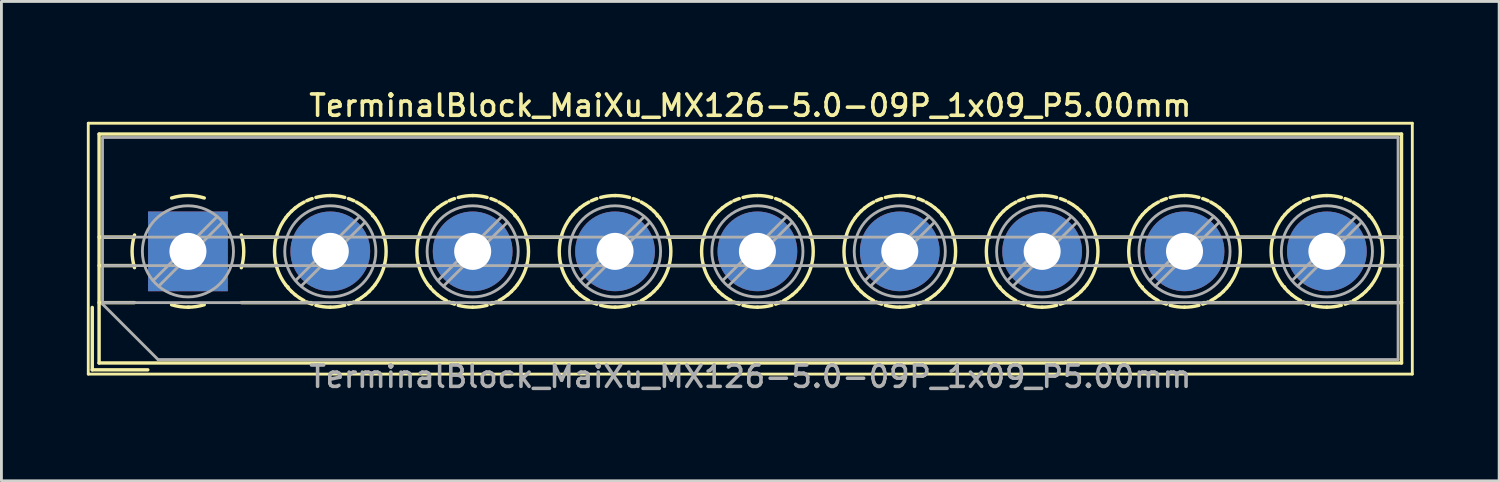
<source format=kicad_pcb>
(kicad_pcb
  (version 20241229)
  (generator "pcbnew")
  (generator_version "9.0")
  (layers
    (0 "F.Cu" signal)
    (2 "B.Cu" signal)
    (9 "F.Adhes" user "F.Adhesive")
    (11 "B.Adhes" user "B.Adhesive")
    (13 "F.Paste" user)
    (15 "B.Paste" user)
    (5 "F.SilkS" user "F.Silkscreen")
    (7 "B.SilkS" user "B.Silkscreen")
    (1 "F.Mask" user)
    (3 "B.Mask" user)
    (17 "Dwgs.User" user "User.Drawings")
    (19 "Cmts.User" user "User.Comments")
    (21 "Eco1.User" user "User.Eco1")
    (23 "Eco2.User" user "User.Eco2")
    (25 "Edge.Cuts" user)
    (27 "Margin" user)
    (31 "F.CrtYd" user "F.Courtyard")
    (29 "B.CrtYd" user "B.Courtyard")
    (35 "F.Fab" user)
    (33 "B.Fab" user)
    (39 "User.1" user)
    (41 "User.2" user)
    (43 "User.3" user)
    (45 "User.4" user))
  (footprint "TerminalBlock_MaiXu_MX126-5.0-09P_1x09_P5.00mm"
    (layer "F.Cu")
    (at 3.55 5.778)
    (property "Reference" "TerminalBlock_MaiXu_MX126-5.0-09P_1x09_P5.00mm" (at 19.75 -5.12 0) (layer "F.SilkS") (effects (font (size 0.75 0.75) (thickness 0.125))))
    (attr through_hole)
    (fp_line (start -3.5 -4.5) (end -3.5 4.31) (stroke (width 0.1) (type solid)) (layer "F.SilkS"))
    (fp_line (start -3.5 4.31) (end 43 4.31) (stroke (width 0.1) (type solid)) (layer "F.SilkS"))
    (fp_line (start -3.36 1.97) (end -3.36 4.16) (stroke (width 0.12) (type solid)) (layer "F.SilkS"))
    (fp_line (start -3.36 4.16) (end -1.41 4.16) (stroke (width 0.12) (type solid)) (layer "F.SilkS"))
    (fp_line (start -3.12 -4.12) (end -3.12 3.92) (stroke (width 0.12) (type solid)) (layer "F.SilkS"))
    (fp_line (start -3.12 -4.12) (end 42.621 -4.12) (stroke (width 0.12) (type solid)) (layer "F.SilkS"))
    (fp_line (start -3.12 -0.5) (end -1.88 -0.5) (stroke (width 0.12) (type solid)) (layer "F.SilkS"))
    (fp_line (start -3.12 0.5) (end -1.88 0.5) (stroke (width 0.12) (type solid)) (layer "F.SilkS"))
    (fp_line (start -3.12 1.8) (end -1.88 1.8) (stroke (width 0.12) (type solid)) (layer "F.SilkS"))
    (fp_line (start -3.12 3.92) (end 42.621 3.92) (stroke (width 0.12) (type solid)) (layer "F.SilkS"))
    (fp_line (start 1.88 -0.5) (end 3.165 -0.5) (stroke (width 0.12) (type solid)) (layer "F.SilkS"))
    (fp_line (start 1.88 0.5) (end 3.165 0.5) (stroke (width 0.12) (type solid)) (layer "F.SilkS"))
    (fp_line (start 1.88 1.8) (end 4.331 1.8) (stroke (width 0.12) (type solid)) (layer "F.SilkS"))
    (fp_line (start 3.514 1.248) (end 3.514 1.248) (stroke (width 0.12) (type solid)) (layer "F.SilkS"))
    (fp_line (start 5.67 1.8) (end 9.331 1.8) (stroke (width 0.12) (type solid)) (layer "F.SilkS"))
    (fp_line (start 6.487 -1.248) (end 6.487 -1.248) (stroke (width 0.12) (type solid)) (layer "F.SilkS"))
    (fp_line (start 6.836 -0.5) (end 8.165 -0.5) (stroke (width 0.12) (type solid)) (layer "F.SilkS"))
    (fp_line (start 6.836 0.5) (end 8.165 0.5) (stroke (width 0.12) (type solid)) (layer "F.SilkS"))
    (fp_line (start 8.514 1.248) (end 8.514 1.248) (stroke (width 0.12) (type solid)) (layer "F.SilkS"))
    (fp_line (start 10.67 1.8) (end 14.331 1.8) (stroke (width 0.12) (type solid)) (layer "F.SilkS"))
    (fp_line (start 11.487 -1.248) (end 11.487 -1.248) (stroke (width 0.12) (type solid)) (layer "F.SilkS"))
    (fp_line (start 11.836 -0.5) (end 13.165 -0.5) (stroke (width 0.12) (type solid)) (layer "F.SilkS"))
    (fp_line (start 11.836 0.5) (end 13.165 0.5) (stroke (width 0.12) (type solid)) (layer "F.SilkS"))
    (fp_line (start 13.514 1.248) (end 13.514 1.248) (stroke (width 0.12) (type solid)) (layer "F.SilkS"))
    (fp_line (start 15.67 1.8) (end 19.331 1.8) (stroke (width 0.12) (type solid)) (layer "F.SilkS"))
    (fp_line (start 16.487 -1.248) (end 16.487 -1.248) (stroke (width 0.12) (type solid)) (layer "F.SilkS"))
    (fp_line (start 16.836 -0.5) (end 18.165 -0.5) (stroke (width 0.12) (type solid)) (layer "F.SilkS"))
    (fp_line (start 16.836 0.5) (end 18.165 0.5) (stroke (width 0.12) (type solid)) (layer "F.SilkS"))
    (fp_line (start 18.514 1.248) (end 18.514 1.248) (stroke (width 0.12) (type solid)) (layer "F.SilkS"))
    (fp_line (start 20.67 1.8) (end 24.331 1.8) (stroke (width 0.12) (type solid)) (layer "F.SilkS"))
    (fp_line (start 21.487 -1.248) (end 21.487 -1.248) (stroke (width 0.12) (type solid)) (layer "F.SilkS"))
    (fp_line (start 21.836 -0.5) (end 23.165 -0.5) (stroke (width 0.12) (type solid)) (layer "F.SilkS"))
    (fp_line (start 21.836 0.5) (end 23.165 0.5) (stroke (width 0.12) (type solid)) (layer "F.SilkS"))
    (fp_line (start 23.514 1.248) (end 23.514 1.248) (stroke (width 0.12) (type solid)) (layer "F.SilkS"))
    (fp_line (start 25.67 1.8) (end 29.331 1.8) (stroke (width 0.12) (type solid)) (layer "F.SilkS"))
    (fp_line (start 26.487 -1.248) (end 26.487 -1.248) (stroke (width 0.12) (type solid)) (layer "F.SilkS"))
    (fp_line (start 26.836 -0.5) (end 28.165 -0.5) (stroke (width 0.12) (type solid)) (layer "F.SilkS"))
    (fp_line (start 26.836 0.5) (end 28.165 0.5) (stroke (width 0.12) (type solid)) (layer "F.SilkS"))
    (fp_line (start 28.514 1.248) (end 28.514 1.248) (stroke (width 0.12) (type solid)) (layer "F.SilkS"))
    (fp_line (start 30.67 1.8) (end 34.331 1.8) (stroke (width 0.12) (type solid)) (layer "F.SilkS"))
    (fp_line (start 31.487 -1.248) (end 31.487 -1.248) (stroke (width 0.12) (type solid)) (layer "F.SilkS"))
    (fp_line (start 31.836 -0.5) (end 33.165 -0.5) (stroke (width 0.12) (type solid)) (layer "F.SilkS"))
    (fp_line (start 31.836 0.5) (end 33.165 0.5) (stroke (width 0.12) (type solid)) (layer "F.SilkS"))
    (fp_line (start 33.514 1.248) (end 33.514 1.248) (stroke (width 0.12) (type solid)) (layer "F.SilkS"))
    (fp_line (start 35.67 1.8) (end 39.331 1.8) (stroke (width 0.12) (type solid)) (layer "F.SilkS"))
    (fp_line (start 36.487 -1.248) (end 36.487 -1.248) (stroke (width 0.12) (type solid)) (layer "F.SilkS"))
    (fp_line (start 36.836 -0.5) (end 38.165 -0.5) (stroke (width 0.12) (type solid)) (layer "F.SilkS"))
    (fp_line (start 36.836 0.5) (end 38.165 0.5) (stroke (width 0.12) (type solid)) (layer "F.SilkS"))
    (fp_line (start 38.514 1.248) (end 38.514 1.248) (stroke (width 0.12) (type solid)) (layer "F.SilkS"))
    (fp_line (start 40.67 1.8) (end 42.621 1.8) (stroke (width 0.12) (type solid)) (layer "F.SilkS"))
    (fp_line (start 41.487 -1.248) (end 41.487 -1.248) (stroke (width 0.12) (type solid)) (layer "F.SilkS"))
    (fp_line (start 41.836 -0.5) (end 42.621 -0.5) (stroke (width 0.12) (type solid)) (layer "F.SilkS"))
    (fp_line (start 41.836 0.5) (end 42.621 0.5) (stroke (width 0.12) (type solid)) (layer "F.SilkS"))
    (fp_line (start 42.621 -4.12) (end 42.621 3.92) (stroke (width 0.12) (type solid)) (layer "F.SilkS"))
    (fp_line (start 43 -4.5) (end -3.5 -4.5) (stroke (width 0.1) (type solid)) (layer "F.SilkS"))
    (fp_line (start 43 4.31) (end 43 -4.5) (stroke (width 0.1) (type solid)) (layer "F.SilkS"))
    (fp_arc (start -1.875422 0.572619) (mid -1.960893 -0.000722) (end -1.875 -0.574) (stroke (width 0.12) (type solid)) (layer "F.SilkS"))
    (fp_arc (start -0.572619 -1.875422) (mid 0.000722 -1.960893) (end 0.574 -1.875) (stroke (width 0.12) (type solid)) (layer "F.SilkS"))
    (fp_arc (start 0.0335 1.960607) (mid -0.273618 1.941709) (end -0.574 1.875) (stroke (width 0.12) (type solid)) (layer "F.SilkS"))
    (fp_arc (start 0.573049 1.874357) (mid 0.289706 1.938471) (end 0 1.96) (stroke (width 0.12) (type solid)) (layer "F.SilkS"))
    (fp_arc (start 1.875422 -0.572619) (mid 1.960893 0.000722) (end 1.875 0.574) (stroke (width 0.12) (type solid)) (layer "F.SilkS"))
    (fp_arc (start 3.434339 1.179122) (mid 3.039994 -0.000549) (end 3.435 -1.18) (stroke (width 0.12) (type solid)) (layer "F.SilkS"))
    (fp_arc (start 3.434826 -1.180695) (mid 3.476985 -1.2346) (end 3.521 -1.287) (stroke (width 0.12) (type solid)) (layer "F.SilkS"))
    (fp_arc (start 3.521125 1.286294) (mid 3.477135 1.233899) (end 3.435 1.18) (stroke (width 0.12) (type solid)) (layer "F.SilkS"))
    (fp_arc (start 3.521202 -1.287012) (mid 3.578748 -1.350291) (end 3.639 -1.411) (stroke (width 0.12) (type solid)) (layer "F.SilkS"))
    (fp_arc (start 3.63871 1.41001) (mid 3.578502 1.349289) (end 3.521 1.286) (stroke (width 0.12) (type solid)) (layer "F.SilkS"))
    (fp_arc (start 3.638867 -1.410738) (mid 3.701698 -1.468767) (end 3.767 -1.524) (stroke (width 0.12) (type solid)) (layer "F.SilkS"))
    (fp_arc (start 3.767069 1.523253) (mid 3.701799 1.468024) (end 3.639 1.41) (stroke (width 0.12) (type solid)) (layer "F.SilkS"))
    (fp_arc (start 3.767452 -1.524377) (mid 3.835117 -1.576689) (end 3.905 -1.626) (stroke (width 0.12) (type solid)) (layer "F.SilkS"))
    (fp_arc (start 3.904517 1.625664) (mid 3.834649 1.576332) (end 3.767 1.524) (stroke (width 0.12) (type solid)) (layer "F.SilkS"))
    (fp_arc (start 3.93363 -1.644317) (mid 4.00637 -1.689266) (end 4.081 -1.731) (stroke (width 0.12) (type solid)) (layer "F.SilkS"))
    (fp_arc (start 4.080344 1.730739) (mid 4.005726 1.688977) (end 3.933 1.644) (stroke (width 0.12) (type solid)) (layer "F.SilkS"))
    (fp_arc (start 4.172694 -1.777259) (mid 4.266842 -1.818121) (end 4.363 -1.854) (stroke (width 0.12) (type solid)) (layer "F.SilkS"))
    (fp_arc (start 4.362283 1.853815) (mid 4.266136 1.817899) (end 4.172 1.777) (stroke (width 0.12) (type solid)) (layer "F.SilkS"))
    (fp_arc (start 4.493681 -1.893473) (mid 4.74516 -1.943362) (end 5.001 -1.96) (stroke (width 0.12) (type solid)) (layer "F.SilkS"))
    (fp_arc (start 5.000479 1.960685) (mid 4.744554 1.943973) (end 4.493 1.894) (stroke (width 0.12) (type solid)) (layer "F.SilkS"))
    (fp_arc (start 5.000487 -1.960944) (mid 5.256437 -1.944104) (end 5.508 -1.894) (stroke (width 0.12) (type solid)) (layer "F.SilkS"))
    (fp_arc (start 5.507285 1.893215) (mid 5.255831 1.943232) (end 5 1.96) (stroke (width 0.12) (type solid)) (layer "F.SilkS"))
    (fp_arc (start 5.638712 -1.85392) (mid 5.734863 -1.817951) (end 5.829 -1.777) (stroke (width 0.12) (type solid)) (layer "F.SilkS"))
    (fp_arc (start 5.829295 1.77705) (mid 5.735155 1.818016) (end 5.639 1.854) (stroke (width 0.12) (type solid)) (layer "F.SilkS"))
    (fp_arc (start 5.920652 -1.730826) (mid 5.995273 -1.689021) (end 6.068 -1.644) (stroke (width 0.12) (type solid)) (layer "F.SilkS"))
    (fp_arc (start 6.068362 1.644143) (mid 5.995629 1.689179) (end 5.921 1.731) (stroke (width 0.12) (type solid)) (layer "F.SilkS"))
    (fp_arc (start 6.096479 -1.625751) (mid 6.16635 -1.576376) (end 6.234 -1.524) (stroke (width 0.12) (type solid)) (layer "F.SilkS"))
    (fp_arc (start 6.233457 1.523294) (mid 6.165838 1.575647) (end 6.096 1.625) (stroke (width 0.12) (type solid)) (layer "F.SilkS"))
    (fp_arc (start 6.233928 -1.523341) (mid 6.2992 -1.468068) (end 6.362 -1.41) (stroke (width 0.12) (type solid)) (layer "F.SilkS"))
    (fp_arc (start 6.36213 1.410651) (mid 6.299301 1.468723) (end 6.234 1.524) (stroke (width 0.12) (type solid)) (layer "F.SilkS"))
    (fp_arc (start 6.362286 -1.410097) (mid 6.422497 -1.349333) (end 6.48 -1.286) (stroke (width 0.12) (type solid)) (layer "F.SilkS"))
    (fp_arc (start 6.479707 1.285928) (mid 6.422207 1.349248) (end 6.362 1.41) (stroke (width 0.12) (type solid)) (layer "F.SilkS"))
    (fp_arc (start 6.479873 -1.286364) (mid 6.523865 -1.233934) (end 6.566 -1.18) (stroke (width 0.12) (type solid)) (layer "F.SilkS"))
    (fp_arc (start 6.565937 -1.180084) (mid 6.960805 -0.000052) (end 6.566 1.18) (stroke (width 0.12) (type solid)) (layer "F.SilkS"))
    (fp_arc (start 6.566102 1.179628) (mid 6.523979 1.233565) (end 6.48 1.286) (stroke (width 0.12) (type solid)) (layer "F.SilkS"))
    (fp_arc (start 8.434339 1.179122) (mid 8.039994 -0.000549) (end 8.435 -1.18) (stroke (width 0.12) (type solid)) (layer "F.SilkS"))
    (fp_arc (start 8.434826 -1.180695) (mid 8.476985 -1.2346) (end 8.521 -1.287) (stroke (width 0.12) (type solid)) (layer "F.SilkS"))
    (fp_arc (start 8.521125 1.286294) (mid 8.477135 1.233899) (end 8.435 1.18) (stroke (width 0.12) (type solid)) (layer "F.SilkS"))
    (fp_arc (start 8.521202 -1.287012) (mid 8.578748 -1.350291) (end 8.639 -1.411) (stroke (width 0.12) (type solid)) (layer "F.SilkS"))
    (fp_arc (start 8.63871 1.41001) (mid 8.578502 1.349289) (end 8.521 1.286) (stroke (width 0.12) (type solid)) (layer "F.SilkS"))
    (fp_arc (start 8.638867 -1.410738) (mid 8.701698 -1.468767) (end 8.767 -1.524) (stroke (width 0.12) (type solid)) (layer "F.SilkS"))
    (fp_arc (start 8.767069 1.523253) (mid 8.701799 1.468024) (end 8.639 1.41) (stroke (width 0.12) (type solid)) (layer "F.SilkS"))
    (fp_arc (start 8.767452 -1.524377) (mid 8.835117 -1.576689) (end 8.905 -1.626) (stroke (width 0.12) (type solid)) (layer "F.SilkS"))
    (fp_arc (start 8.904517 1.625664) (mid 8.834649 1.576332) (end 8.767 1.524) (stroke (width 0.12) (type solid)) (layer "F.SilkS"))
    (fp_arc (start 8.93363 -1.644317) (mid 9.00637 -1.689266) (end 9.081 -1.731) (stroke (width 0.12) (type solid)) (layer "F.SilkS"))
    (fp_arc (start 9.080344 1.730739) (mid 9.005726 1.688977) (end 8.933 1.644) (stroke (width 0.12) (type solid)) (layer "F.SilkS"))
    (fp_arc (start 9.172694 -1.777259) (mid 9.266842 -1.818121) (end 9.363 -1.854) (stroke (width 0.12) (type solid)) (layer "F.SilkS"))
    (fp_arc (start 9.362283 1.853815) (mid 9.266136 1.817899) (end 9.172 1.777) (stroke (width 0.12) (type solid)) (layer "F.SilkS"))
    (fp_arc (start 9.493681 -1.893473) (mid 9.74516 -1.943362) (end 10.001 -1.96) (stroke (width 0.12) (type solid)) (layer "F.SilkS"))
    (fp_arc (start 10.000479 1.960685) (mid 9.744554 1.943973) (end 9.493 1.894) (stroke (width 0.12) (type solid)) (layer "F.SilkS"))
    (fp_arc (start 10.000487 -1.960944) (mid 10.256437 -1.944104) (end 10.508 -1.894) (stroke (width 0.12) (type solid)) (layer "F.SilkS"))
    (fp_arc (start 10.507285 1.893215) (mid 10.255831 1.943232) (end 10 1.96) (stroke (width 0.12) (type solid)) (layer "F.SilkS"))
    (fp_arc (start 10.638712 -1.85392) (mid 10.734863 -1.817951) (end 10.829 -1.777) (stroke (width 0.12) (type solid)) (layer "F.SilkS"))
    (fp_arc (start 10.829295 1.77705) (mid 10.735155 1.818016) (end 10.639 1.854) (stroke (width 0.12) (type solid)) (layer "F.SilkS"))
    (fp_arc (start 10.920652 -1.730826) (mid 10.995273 -1.689021) (end 11.068 -1.644) (stroke (width 0.12) (type solid)) (layer "F.SilkS"))
    (fp_arc (start 11.068362 1.644143) (mid 10.995629 1.689179) (end 10.921 1.731) (stroke (width 0.12) (type solid)) (layer "F.SilkS"))
    (fp_arc (start 11.096479 -1.625751) (mid 11.16635 -1.576376) (end 11.234 -1.524) (stroke (width 0.12) (type solid)) (layer "F.SilkS"))
    (fp_arc (start 11.233457 1.523294) (mid 11.165838 1.575647) (end 11.096 1.625) (stroke (width 0.12) (type solid)) (layer "F.SilkS"))
    (fp_arc (start 11.233928 -1.523341) (mid 11.2992 -1.468068) (end 11.362 -1.41) (stroke (width 0.12) (type solid)) (layer "F.SilkS"))
    (fp_arc (start 11.36213 1.410651) (mid 11.299301 1.468723) (end 11.234 1.524) (stroke (width 0.12) (type solid)) (layer "F.SilkS"))
    (fp_arc (start 11.362286 -1.410097) (mid 11.422497 -1.349333) (end 11.48 -1.286) (stroke (width 0.12) (type solid)) (layer "F.SilkS"))
    (fp_arc (start 11.479707 1.285928) (mid 11.422207 1.349248) (end 11.362 1.41) (stroke (width 0.12) (type solid)) (layer "F.SilkS"))
    (fp_arc (start 11.479873 -1.286364) (mid 11.523865 -1.233934) (end 11.566 -1.18) (stroke (width 0.12) (type solid)) (layer "F.SilkS"))
    (fp_arc (start 11.565937 -1.180084) (mid 11.960805 -0.000052) (end 11.566 1.18) (stroke (width 0.12) (type solid)) (layer "F.SilkS"))
    (fp_arc (start 11.566102 1.179628) (mid 11.523979 1.233565) (end 11.48 1.286) (stroke (width 0.12) (type solid)) (layer "F.SilkS"))
    (fp_arc (start 13.434339 1.179122) (mid 13.039994 -0.000549) (end 13.435 -1.18) (stroke (width 0.12) (type solid)) (layer "F.SilkS"))
    (fp_arc (start 13.434826 -1.180695) (mid 13.476985 -1.2346) (end 13.521 -1.287) (stroke (width 0.12) (type solid)) (layer "F.SilkS"))
    (fp_arc (start 13.521125 1.286294) (mid 13.477135 1.233899) (end 13.435 1.18) (stroke (width 0.12) (type solid)) (layer "F.SilkS"))
    (fp_arc (start 13.521202 -1.287012) (mid 13.578748 -1.350291) (end 13.639 -1.411) (stroke (width 0.12) (type solid)) (layer "F.SilkS"))
    (fp_arc (start 13.63871 1.41001) (mid 13.578502 1.349289) (end 13.521 1.286) (stroke (width 0.12) (type solid)) (layer "F.SilkS"))
    (fp_arc (start 13.638867 -1.410738) (mid 13.701698 -1.468767) (end 13.767 -1.524) (stroke (width 0.12) (type solid)) (layer "F.SilkS"))
    (fp_arc (start 13.767069 1.523253) (mid 13.701799 1.468024) (end 13.639 1.41) (stroke (width 0.12) (type solid)) (layer "F.SilkS"))
    (fp_arc (start 13.767452 -1.524377) (mid 13.835117 -1.576689) (end 13.905 -1.626) (stroke (width 0.12) (type solid)) (layer "F.SilkS"))
    (fp_arc (start 13.904517 1.625664) (mid 13.834649 1.576332) (end 13.767 1.524) (stroke (width 0.12) (type solid)) (layer "F.SilkS"))
    (fp_arc (start 13.93363 -1.644317) (mid 14.00637 -1.689266) (end 14.081 -1.731) (stroke (width 0.12) (type solid)) (layer "F.SilkS"))
    (fp_arc (start 14.080344 1.730739) (mid 14.005726 1.688977) (end 13.933 1.644) (stroke (width 0.12) (type solid)) (layer "F.SilkS"))
    (fp_arc (start 14.172694 -1.777259) (mid 14.266842 -1.818121) (end 14.363 -1.854) (stroke (width 0.12) (type solid)) (layer "F.SilkS"))
    (fp_arc (start 14.362283 1.853815) (mid 14.266136 1.817899) (end 14.172 1.777) (stroke (width 0.12) (type solid)) (layer "F.SilkS"))
    (fp_arc (start 14.493681 -1.893473) (mid 14.74516 -1.943362) (end 15.001 -1.96) (stroke (width 0.12) (type solid)) (layer "F.SilkS"))
    (fp_arc (start 15.000479 1.960685) (mid 14.744554 1.943973) (end 14.493 1.894) (stroke (width 0.12) (type solid)) (layer "F.SilkS"))
    (fp_arc (start 15.000487 -1.960944) (mid 15.256437 -1.944104) (end 15.508 -1.894) (stroke (width 0.12) (type solid)) (layer "F.SilkS"))
    (fp_arc (start 15.507285 1.893215) (mid 15.255831 1.943232) (end 15 1.96) (stroke (width 0.12) (type solid)) (layer "F.SilkS"))
    (fp_arc (start 15.638712 -1.85392) (mid 15.734863 -1.817951) (end 15.829 -1.777) (stroke (width 0.12) (type solid)) (layer "F.SilkS"))
    (fp_arc (start 15.829295 1.77705) (mid 15.735155 1.818016) (end 15.639 1.854) (stroke (width 0.12) (type solid)) (layer "F.SilkS"))
    (fp_arc (start 15.920652 -1.730826) (mid 15.995273 -1.689021) (end 16.068 -1.644) (stroke (width 0.12) (type solid)) (layer "F.SilkS"))
    (fp_arc (start 16.068362 1.644143) (mid 15.995629 1.689179) (end 15.921 1.731) (stroke (width 0.12) (type solid)) (layer "F.SilkS"))
    (fp_arc (start 16.096479 -1.625751) (mid 16.16635 -1.576376) (end 16.234 -1.524) (stroke (width 0.12) (type solid)) (layer "F.SilkS"))
    (fp_arc (start 16.233457 1.523294) (mid 16.165838 1.575647) (end 16.096 1.625) (stroke (width 0.12) (type solid)) (layer "F.SilkS"))
    (fp_arc (start 16.233928 -1.523341) (mid 16.2992 -1.468068) (end 16.362 -1.41) (stroke (width 0.12) (type solid)) (layer "F.SilkS"))
    (fp_arc (start 16.36213 1.410651) (mid 16.299301 1.468723) (end 16.234 1.524) (stroke (width 0.12) (type solid)) (layer "F.SilkS"))
    (fp_arc (start 16.362286 -1.410097) (mid 16.422497 -1.349333) (end 16.48 -1.286) (stroke (width 0.12) (type solid)) (layer "F.SilkS"))
    (fp_arc (start 16.479707 1.285928) (mid 16.422207 1.349248) (end 16.362 1.41) (stroke (width 0.12) (type solid)) (layer "F.SilkS"))
    (fp_arc (start 16.479873 -1.286364) (mid 16.523865 -1.233934) (end 16.566 -1.18) (stroke (width 0.12) (type solid)) (layer "F.SilkS"))
    (fp_arc (start 16.565937 -1.180084) (mid 16.960805 -0.000052) (end 16.566 1.18) (stroke (width 0.12) (type solid)) (layer "F.SilkS"))
    (fp_arc (start 16.566102 1.179628) (mid 16.523979 1.233565) (end 16.48 1.286) (stroke (width 0.12) (type solid)) (layer "F.SilkS"))
    (fp_arc (start 18.434339 1.179122) (mid 18.039994 -0.000549) (end 18.435 -1.18) (stroke (width 0.12) (type solid)) (layer "F.SilkS"))
    (fp_arc (start 18.434826 -1.180695) (mid 18.476985 -1.2346) (end 18.521 -1.287) (stroke (width 0.12) (type solid)) (layer "F.SilkS"))
    (fp_arc (start 18.521125 1.286294) (mid 18.477135 1.233899) (end 18.435 1.18) (stroke (width 0.12) (type solid)) (layer "F.SilkS"))
    (fp_arc (start 18.521202 -1.287012) (mid 18.578748 -1.350291) (end 18.639 -1.411) (stroke (width 0.12) (type solid)) (layer "F.SilkS"))
    (fp_arc (start 18.63871 1.41001) (mid 18.578502 1.349289) (end 18.521 1.286) (stroke (width 0.12) (type solid)) (layer "F.SilkS"))
    (fp_arc (start 18.638867 -1.410738) (mid 18.701698 -1.468767) (end 18.767 -1.524) (stroke (width 0.12) (type solid)) (layer "F.SilkS"))
    (fp_arc (start 18.767069 1.523253) (mid 18.701799 1.468024) (end 18.639 1.41) (stroke (width 0.12) (type solid)) (layer "F.SilkS"))
    (fp_arc (start 18.767452 -1.524377) (mid 18.835117 -1.576689) (end 18.905 -1.626) (stroke (width 0.12) (type solid)) (layer "F.SilkS"))
    (fp_arc (start 18.904517 1.625664) (mid 18.834649 1.576332) (end 18.767 1.524) (stroke (width 0.12) (type solid)) (layer "F.SilkS"))
    (fp_arc (start 18.93363 -1.644317) (mid 19.00637 -1.689266) (end 19.081 -1.731) (stroke (width 0.12) (type solid)) (layer "F.SilkS"))
    (fp_arc (start 19.080344 1.730739) (mid 19.005726 1.688977) (end 18.933 1.644) (stroke (width 0.12) (type solid)) (layer "F.SilkS"))
    (fp_arc (start 19.172694 -1.777259) (mid 19.266842 -1.818121) (end 19.363 -1.854) (stroke (width 0.12) (type solid)) (layer "F.SilkS"))
    (fp_arc (start 19.362283 1.853815) (mid 19.266136 1.817899) (end 19.172 1.777) (stroke (width 0.12) (type solid)) (layer "F.SilkS"))
    (fp_arc (start 19.493681 -1.893473) (mid 19.74516 -1.943362) (end 20.001 -1.96) (stroke (width 0.12) (type solid)) (layer "F.SilkS"))
    (fp_arc (start 20.000479 1.960685) (mid 19.744554 1.943973) (end 19.493 1.894) (stroke (width 0.12) (type solid)) (layer "F.SilkS"))
    (fp_arc (start 20.000487 -1.960944) (mid 20.256437 -1.944104) (end 20.508 -1.894) (stroke (width 0.12) (type solid)) (layer "F.SilkS"))
    (fp_arc (start 20.507285 1.893215) (mid 20.255831 1.943232) (end 20 1.96) (stroke (width 0.12) (type solid)) (layer "F.SilkS"))
    (fp_arc (start 20.638712 -1.85392) (mid 20.734863 -1.817951) (end 20.829 -1.777) (stroke (width 0.12) (type solid)) (layer "F.SilkS"))
    (fp_arc (start 20.829295 1.77705) (mid 20.735155 1.818016) (end 20.639 1.854) (stroke (width 0.12) (type solid)) (layer "F.SilkS"))
    (fp_arc (start 20.920652 -1.730826) (mid 20.995273 -1.689021) (end 21.068 -1.644) (stroke (width 0.12) (type solid)) (layer "F.SilkS"))
    (fp_arc (start 21.068362 1.644143) (mid 20.995629 1.689179) (end 20.921 1.731) (stroke (width 0.12) (type solid)) (layer "F.SilkS"))
    (fp_arc (start 21.096479 -1.625751) (mid 21.16635 -1.576376) (end 21.234 -1.524) (stroke (width 0.12) (type solid)) (layer "F.SilkS"))
    (fp_arc (start 21.233457 1.523294) (mid 21.165838 1.575647) (end 21.096 1.625) (stroke (width 0.12) (type solid)) (layer "F.SilkS"))
    (fp_arc (start 21.233928 -1.523341) (mid 21.2992 -1.468068) (end 21.362 -1.41) (stroke (width 0.12) (type solid)) (layer "F.SilkS"))
    (fp_arc (start 21.36213 1.410651) (mid 21.299301 1.468723) (end 21.234 1.524) (stroke (width 0.12) (type solid)) (layer "F.SilkS"))
    (fp_arc (start 21.362286 -1.410097) (mid 21.422497 -1.349333) (end 21.48 -1.286) (stroke (width 0.12) (type solid)) (layer "F.SilkS"))
    (fp_arc (start 21.479707 1.285928) (mid 21.422207 1.349248) (end 21.362 1.41) (stroke (width 0.12) (type solid)) (layer "F.SilkS"))
    (fp_arc (start 21.479873 -1.286364) (mid 21.523865 -1.233934) (end 21.566 -1.18) (stroke (width 0.12) (type solid)) (layer "F.SilkS"))
    (fp_arc (start 21.565937 -1.180084) (mid 21.960805 -0.000052) (end 21.566 1.18) (stroke (width 0.12) (type solid)) (layer "F.SilkS"))
    (fp_arc (start 21.566102 1.179628) (mid 21.523979 1.233565) (end 21.48 1.286) (stroke (width 0.12) (type solid)) (layer "F.SilkS"))
    (fp_arc (start 23.434339 1.179122) (mid 23.039994 -0.000549) (end 23.435 -1.18) (stroke (width 0.12) (type solid)) (layer "F.SilkS"))
    (fp_arc (start 23.434826 -1.180695) (mid 23.476985 -1.2346) (end 23.521 -1.287) (stroke (width 0.12) (type solid)) (layer "F.SilkS"))
    (fp_arc (start 23.521125 1.286294) (mid 23.477135 1.233899) (end 23.435 1.18) (stroke (width 0.12) (type solid)) (layer "F.SilkS"))
    (fp_arc (start 23.521202 -1.287012) (mid 23.578748 -1.350291) (end 23.639 -1.411) (stroke (width 0.12) (type solid)) (layer "F.SilkS"))
    (fp_arc (start 23.63871 1.41001) (mid 23.578502 1.349289) (end 23.521 1.286) (stroke (width 0.12) (type solid)) (layer "F.SilkS"))
    (fp_arc (start 23.638867 -1.410738) (mid 23.701698 -1.468767) (end 23.767 -1.524) (stroke (width 0.12) (type solid)) (layer "F.SilkS"))
    (fp_arc (start 23.767069 1.523253) (mid 23.701799 1.468024) (end 23.639 1.41) (stroke (width 0.12) (type solid)) (layer "F.SilkS"))
    (fp_arc (start 23.767452 -1.524377) (mid 23.835117 -1.576689) (end 23.905 -1.626) (stroke (width 0.12) (type solid)) (layer "F.SilkS"))
    (fp_arc (start 23.904517 1.625664) (mid 23.834649 1.576332) (end 23.767 1.524) (stroke (width 0.12) (type solid)) (layer "F.SilkS"))
    (fp_arc (start 23.93363 -1.644317) (mid 24.00637 -1.689266) (end 24.081 -1.731) (stroke (width 0.12) (type solid)) (layer "F.SilkS"))
    (fp_arc (start 24.080344 1.730739) (mid 24.005726 1.688977) (end 23.933 1.644) (stroke (width 0.12) (type solid)) (layer "F.SilkS"))
    (fp_arc (start 24.172694 -1.777259) (mid 24.266842 -1.818121) (end 24.363 -1.854) (stroke (width 0.12) (type solid)) (layer "F.SilkS"))
    (fp_arc (start 24.362283 1.853815) (mid 24.266136 1.817899) (end 24.172 1.777) (stroke (width 0.12) (type solid)) (layer "F.SilkS"))
    (fp_arc (start 24.493681 -1.893473) (mid 24.74516 -1.943362) (end 25.001 -1.96) (stroke (width 0.12) (type solid)) (layer "F.SilkS"))
    (fp_arc (start 25.000479 1.960685) (mid 24.744554 1.943973) (end 24.493 1.894) (stroke (width 0.12) (type solid)) (layer "F.SilkS"))
    (fp_arc (start 25.000487 -1.960944) (mid 25.256437 -1.944104) (end 25.508 -1.894) (stroke (width 0.12) (type solid)) (layer "F.SilkS"))
    (fp_arc (start 25.507285 1.893215) (mid 25.255831 1.943232) (end 25 1.96) (stroke (width 0.12) (type solid)) (layer "F.SilkS"))
    (fp_arc (start 25.638712 -1.85392) (mid 25.734863 -1.817951) (end 25.829 -1.777) (stroke (width 0.12) (type solid)) (layer "F.SilkS"))
    (fp_arc (start 25.829295 1.77705) (mid 25.735155 1.818016) (end 25.639 1.854) (stroke (width 0.12) (type solid)) (layer "F.SilkS"))
    (fp_arc (start 25.920652 -1.730826) (mid 25.995273 -1.689021) (end 26.068 -1.644) (stroke (width 0.12) (type solid)) (layer "F.SilkS"))
    (fp_arc (start 26.068362 1.644143) (mid 25.995629 1.689179) (end 25.921 1.731) (stroke (width 0.12) (type solid)) (layer "F.SilkS"))
    (fp_arc (start 26.096479 -1.625751) (mid 26.16635 -1.576376) (end 26.234 -1.524) (stroke (width 0.12) (type solid)) (layer "F.SilkS"))
    (fp_arc (start 26.233457 1.523294) (mid 26.165838 1.575647) (end 26.096 1.625) (stroke (width 0.12) (type solid)) (layer "F.SilkS"))
    (fp_arc (start 26.233928 -1.523341) (mid 26.2992 -1.468068) (end 26.362 -1.41) (stroke (width 0.12) (type solid)) (layer "F.SilkS"))
    (fp_arc (start 26.36213 1.410651) (mid 26.299301 1.468723) (end 26.234 1.524) (stroke (width 0.12) (type solid)) (layer "F.SilkS"))
    (fp_arc (start 26.362286 -1.410097) (mid 26.422497 -1.349333) (end 26.48 -1.286) (stroke (width 0.12) (type solid)) (layer "F.SilkS"))
    (fp_arc (start 26.479707 1.285928) (mid 26.422207 1.349248) (end 26.362 1.41) (stroke (width 0.12) (type solid)) (layer "F.SilkS"))
    (fp_arc (start 26.479873 -1.286364) (mid 26.523865 -1.233934) (end 26.566 -1.18) (stroke (width 0.12) (type solid)) (layer "F.SilkS"))
    (fp_arc (start 26.565937 -1.180084) (mid 26.960805 -0.000052) (end 26.566 1.18) (stroke (width 0.12) (type solid)) (layer "F.SilkS"))
    (fp_arc (start 26.566102 1.179628) (mid 26.523979 1.233565) (end 26.48 1.286) (stroke (width 0.12) (type solid)) (layer "F.SilkS"))
    (fp_arc (start 28.434339 1.179122) (mid 28.039994 -0.000549) (end 28.435 -1.18) (stroke (width 0.12) (type solid)) (layer "F.SilkS"))
    (fp_arc (start 28.434826 -1.180695) (mid 28.476985 -1.2346) (end 28.521 -1.287) (stroke (width 0.12) (type solid)) (layer "F.SilkS"))
    (fp_arc (start 28.521125 1.286294) (mid 28.477135 1.233899) (end 28.435 1.18) (stroke (width 0.12) (type solid)) (layer "F.SilkS"))
    (fp_arc (start 28.521202 -1.287012) (mid 28.578748 -1.350291) (end 28.639 -1.411) (stroke (width 0.12) (type solid)) (layer "F.SilkS"))
    (fp_arc (start 28.63871 1.41001) (mid 28.578502 1.349289) (end 28.521 1.286) (stroke (width 0.12) (type solid)) (layer "F.SilkS"))
    (fp_arc (start 28.638867 -1.410738) (mid 28.701698 -1.468767) (end 28.767 -1.524) (stroke (width 0.12) (type solid)) (layer "F.SilkS"))
    (fp_arc (start 28.767069 1.523253) (mid 28.701799 1.468024) (end 28.639 1.41) (stroke (width 0.12) (type solid)) (layer "F.SilkS"))
    (fp_arc (start 28.767452 -1.524377) (mid 28.835117 -1.576689) (end 28.905 -1.626) (stroke (width 0.12) (type solid)) (layer "F.SilkS"))
    (fp_arc (start 28.904517 1.625664) (mid 28.834649 1.576332) (end 28.767 1.524) (stroke (width 0.12) (type solid)) (layer "F.SilkS"))
    (fp_arc (start 28.93363 -1.644317) (mid 29.00637 -1.689266) (end 29.081 -1.731) (stroke (width 0.12) (type solid)) (layer "F.SilkS"))
    (fp_arc (start 29.080344 1.730739) (mid 29.005726 1.688977) (end 28.933 1.644) (stroke (width 0.12) (type solid)) (layer "F.SilkS"))
    (fp_arc (start 29.172694 -1.777259) (mid 29.266842 -1.818121) (end 29.363 -1.854) (stroke (width 0.12) (type solid)) (layer "F.SilkS"))
    (fp_arc (start 29.362283 1.853815) (mid 29.266136 1.817899) (end 29.172 1.777) (stroke (width 0.12) (type solid)) (layer "F.SilkS"))
    (fp_arc (start 29.493681 -1.893473) (mid 29.74516 -1.943362) (end 30.001 -1.96) (stroke (width 0.12) (type solid)) (layer "F.SilkS"))
    (fp_arc (start 30.000479 1.960685) (mid 29.744554 1.943973) (end 29.493 1.894) (stroke (width 0.12) (type solid)) (layer "F.SilkS"))
    (fp_arc (start 30.000487 -1.960944) (mid 30.256437 -1.944104) (end 30.508 -1.894) (stroke (width 0.12) (type solid)) (layer "F.SilkS"))
    (fp_arc (start 30.507285 1.893215) (mid 30.255831 1.943232) (end 30 1.96) (stroke (width 0.12) (type solid)) (layer "F.SilkS"))
    (fp_arc (start 30.638712 -1.85392) (mid 30.734863 -1.817951) (end 30.829 -1.777) (stroke (width 0.12) (type solid)) (layer "F.SilkS"))
    (fp_arc (start 30.829295 1.77705) (mid 30.735155 1.818016) (end 30.639 1.854) (stroke (width 0.12) (type solid)) (layer "F.SilkS"))
    (fp_arc (start 30.920652 -1.730826) (mid 30.995273 -1.689021) (end 31.068 -1.644) (stroke (width 0.12) (type solid)) (layer "F.SilkS"))
    (fp_arc (start 31.068362 1.644143) (mid 30.995629 1.689179) (end 30.921 1.731) (stroke (width 0.12) (type solid)) (layer "F.SilkS"))
    (fp_arc (start 31.096479 -1.625751) (mid 31.16635 -1.576376) (end 31.234 -1.524) (stroke (width 0.12) (type solid)) (layer "F.SilkS"))
    (fp_arc (start 31.233457 1.523294) (mid 31.165838 1.575647) (end 31.096 1.625) (stroke (width 0.12) (type solid)) (layer "F.SilkS"))
    (fp_arc (start 31.233928 -1.523341) (mid 31.2992 -1.468068) (end 31.362 -1.41) (stroke (width 0.12) (type solid)) (layer "F.SilkS"))
    (fp_arc (start 31.36213 1.410651) (mid 31.299301 1.468723) (end 31.234 1.524) (stroke (width 0.12) (type solid)) (layer "F.SilkS"))
    (fp_arc (start 31.362286 -1.410097) (mid 31.422497 -1.349333) (end 31.48 -1.286) (stroke (width 0.12) (type solid)) (layer "F.SilkS"))
    (fp_arc (start 31.479707 1.285928) (mid 31.422207 1.349248) (end 31.362 1.41) (stroke (width 0.12) (type solid)) (layer "F.SilkS"))
    (fp_arc (start 31.479873 -1.286364) (mid 31.523865 -1.233934) (end 31.566 -1.18) (stroke (width 0.12) (type solid)) (layer "F.SilkS"))
    (fp_arc (start 31.565937 -1.180084) (mid 31.960805 -0.000052) (end 31.566 1.18) (stroke (width 0.12) (type solid)) (layer "F.SilkS"))
    (fp_arc (start 31.566102 1.179628) (mid 31.523979 1.233565) (end 31.48 1.286) (stroke (width 0.12) (type solid)) (layer "F.SilkS"))
    (fp_arc (start 33.434339 1.179122) (mid 33.039994 -0.000549) (end 33.435 -1.18) (stroke (width 0.12) (type solid)) (layer "F.SilkS"))
    (fp_arc (start 33.434826 -1.180695) (mid 33.476985 -1.2346) (end 33.521 -1.287) (stroke (width 0.12) (type solid)) (layer "F.SilkS"))
    (fp_arc (start 33.521125 1.286294) (mid 33.477135 1.233899) (end 33.435 1.18) (stroke (width 0.12) (type solid)) (layer "F.SilkS"))
    (fp_arc (start 33.521202 -1.287012) (mid 33.578748 -1.350291) (end 33.639 -1.411) (stroke (width 0.12) (type solid)) (layer "F.SilkS"))
    (fp_arc (start 33.63871 1.41001) (mid 33.578502 1.349289) (end 33.521 1.286) (stroke (width 0.12) (type solid)) (layer "F.SilkS"))
    (fp_arc (start 33.638867 -1.410738) (mid 33.701698 -1.468767) (end 33.767 -1.524) (stroke (width 0.12) (type solid)) (layer "F.SilkS"))
    (fp_arc (start 33.767069 1.523253) (mid 33.701799 1.468024) (end 33.639 1.41) (stroke (width 0.12) (type solid)) (layer "F.SilkS"))
    (fp_arc (start 33.767452 -1.524377) (mid 33.835117 -1.576689) (end 33.905 -1.626) (stroke (width 0.12) (type solid)) (layer "F.SilkS"))
    (fp_arc (start 33.904517 1.625664) (mid 33.834649 1.576332) (end 33.767 1.524) (stroke (width 0.12) (type solid)) (layer "F.SilkS"))
    (fp_arc (start 33.93363 -1.644317) (mid 34.00637 -1.689266) (end 34.081 -1.731) (stroke (width 0.12) (type solid)) (layer "F.SilkS"))
    (fp_arc (start 34.080344 1.730739) (mid 34.005726 1.688977) (end 33.933 1.644) (stroke (width 0.12) (type solid)) (layer "F.SilkS"))
    (fp_arc (start 34.172694 -1.777259) (mid 34.266842 -1.818121) (end 34.363 -1.854) (stroke (width 0.12) (type solid)) (layer "F.SilkS"))
    (fp_arc (start 34.362283 1.853815) (mid 34.266136 1.817899) (end 34.172 1.777) (stroke (width 0.12) (type solid)) (layer "F.SilkS"))
    (fp_arc (start 34.493681 -1.893473) (mid 34.74516 -1.943362) (end 35.001 -1.96) (stroke (width 0.12) (type solid)) (layer "F.SilkS"))
    (fp_arc (start 35.000479 1.960685) (mid 34.744554 1.943973) (end 34.493 1.894) (stroke (width 0.12) (type solid)) (layer "F.SilkS"))
    (fp_arc (start 35.000487 -1.960944) (mid 35.256437 -1.944104) (end 35.508 -1.894) (stroke (width 0.12) (type solid)) (layer "F.SilkS"))
    (fp_arc (start 35.507285 1.893215) (mid 35.255831 1.943232) (end 35 1.96) (stroke (width 0.12) (type solid)) (layer "F.SilkS"))
    (fp_arc (start 35.638712 -1.85392) (mid 35.734863 -1.817951) (end 35.829 -1.777) (stroke (width 0.12) (type solid)) (layer "F.SilkS"))
    (fp_arc (start 35.829295 1.77705) (mid 35.735155 1.818016) (end 35.639 1.854) (stroke (width 0.12) (type solid)) (layer "F.SilkS"))
    (fp_arc (start 35.920652 -1.730826) (mid 35.995273 -1.689021) (end 36.068 -1.644) (stroke (width 0.12) (type solid)) (layer "F.SilkS"))
    (fp_arc (start 36.068362 1.644143) (mid 35.995629 1.689179) (end 35.921 1.731) (stroke (width 0.12) (type solid)) (layer "F.SilkS"))
    (fp_arc (start 36.096479 -1.625751) (mid 36.16635 -1.576376) (end 36.234 -1.524) (stroke (width 0.12) (type solid)) (layer "F.SilkS"))
    (fp_arc (start 36.233457 1.523294) (mid 36.165838 1.575647) (end 36.096 1.625) (stroke (width 0.12) (type solid)) (layer "F.SilkS"))
    (fp_arc (start 36.233928 -1.523341) (mid 36.2992 -1.468068) (end 36.362 -1.41) (stroke (width 0.12) (type solid)) (layer "F.SilkS"))
    (fp_arc (start 36.36213 1.410651) (mid 36.299301 1.468723) (end 36.234 1.524) (stroke (width 0.12) (type solid)) (layer "F.SilkS"))
    (fp_arc (start 36.362286 -1.410097) (mid 36.422497 -1.349333) (end 36.48 -1.286) (stroke (width 0.12) (type solid)) (layer "F.SilkS"))
    (fp_arc (start 36.479707 1.285928) (mid 36.422207 1.349248) (end 36.362 1.41) (stroke (width 0.12) (type solid)) (layer "F.SilkS"))
    (fp_arc (start 36.479873 -1.286364) (mid 36.523865 -1.233934) (end 36.566 -1.18) (stroke (width 0.12) (type solid)) (layer "F.SilkS"))
    (fp_arc (start 36.565937 -1.180084) (mid 36.960805 -0.000052) (end 36.566 1.18) (stroke (width 0.12) (type solid)) (layer "F.SilkS"))
    (fp_arc (start 36.566102 1.179628) (mid 36.523979 1.233565) (end 36.48 1.286) (stroke (width 0.12) (type solid)) (layer "F.SilkS"))
    (fp_arc (start 38.434339 1.179122) (mid 38.039994 -0.000549) (end 38.435 -1.18) (stroke (width 0.12) (type solid)) (layer "F.SilkS"))
    (fp_arc (start 38.434826 -1.180695) (mid 38.476985 -1.2346) (end 38.521 -1.287) (stroke (width 0.12) (type solid)) (layer "F.SilkS"))
    (fp_arc (start 38.521125 1.286294) (mid 38.477135 1.233899) (end 38.435 1.18) (stroke (width 0.12) (type solid)) (layer "F.SilkS"))
    (fp_arc (start 38.521202 -1.287012) (mid 38.578748 -1.350291) (end 38.639 -1.411) (stroke (width 0.12) (type solid)) (layer "F.SilkS"))
    (fp_arc (start 38.63871 1.41001) (mid 38.578502 1.349289) (end 38.521 1.286) (stroke (width 0.12) (type solid)) (layer "F.SilkS"))
    (fp_arc (start 38.638867 -1.410738) (mid 38.701698 -1.468767) (end 38.767 -1.524) (stroke (width 0.12) (type solid)) (layer "F.SilkS"))
    (fp_arc (start 38.767069 1.523253) (mid 38.701799 1.468024) (end 38.639 1.41) (stroke (width 0.12) (type solid)) (layer "F.SilkS"))
    (fp_arc (start 38.767452 -1.524377) (mid 38.835117 -1.576689) (end 38.905 -1.626) (stroke (width 0.12) (type solid)) (layer "F.SilkS"))
    (fp_arc (start 38.904517 1.625664) (mid 38.834649 1.576332) (end 38.767 1.524) (stroke (width 0.12) (type solid)) (layer "F.SilkS"))
    (fp_arc (start 38.93363 -1.644317) (mid 39.00637 -1.689266) (end 39.081 -1.731) (stroke (width 0.12) (type solid)) (layer "F.SilkS"))
    (fp_arc (start 39.080344 1.730739) (mid 39.005726 1.688977) (end 38.933 1.644) (stroke (width 0.12) (type solid)) (layer "F.SilkS"))
    (fp_arc (start 39.172694 -1.777259) (mid 39.266842 -1.818121) (end 39.363 -1.854) (stroke (width 0.12) (type solid)) (layer "F.SilkS"))
    (fp_arc (start 39.362283 1.853815) (mid 39.266136 1.817899) (end 39.172 1.777) (stroke (width 0.12) (type solid)) (layer "F.SilkS"))
    (fp_arc (start 39.493681 -1.893473) (mid 39.74516 -1.943362) (end 40.001 -1.96) (stroke (width 0.12) (type solid)) (layer "F.SilkS"))
    (fp_arc (start 40.000479 1.960685) (mid 39.744554 1.943973) (end 39.493 1.894) (stroke (width 0.12) (type solid)) (layer "F.SilkS"))
    (fp_arc (start 40.000487 -1.960944) (mid 40.256437 -1.944104) (end 40.508 -1.894) (stroke (width 0.12) (type solid)) (layer "F.SilkS"))
    (fp_arc (start 40.507285 1.893215) (mid 40.255831 1.943232) (end 40 1.96) (stroke (width 0.12) (type solid)) (layer "F.SilkS"))
    (fp_arc (start 40.638712 -1.85392) (mid 40.734863 -1.817951) (end 40.829 -1.777) (stroke (width 0.12) (type solid)) (layer "F.SilkS"))
    (fp_arc (start 40.829295 1.77705) (mid 40.735155 1.818016) (end 40.639 1.854) (stroke (width 0.12) (type solid)) (layer "F.SilkS"))
    (fp_arc (start 40.920652 -1.730826) (mid 40.995273 -1.689021) (end 41.068 -1.644) (stroke (width 0.12) (type solid)) (layer "F.SilkS"))
    (fp_arc (start 41.068362 1.644143) (mid 40.995629 1.689179) (end 40.921 1.731) (stroke (width 0.12) (type solid)) (layer "F.SilkS"))
    (fp_arc (start 41.096479 -1.625751) (mid 41.16635 -1.576376) (end 41.234 -1.524) (stroke (width 0.12) (type solid)) (layer "F.SilkS"))
    (fp_arc (start 41.233457 1.523294) (mid 41.165838 1.575647) (end 41.096 1.625) (stroke (width 0.12) (type solid)) (layer "F.SilkS"))
    (fp_arc (start 41.233928 -1.523341) (mid 41.2992 -1.468068) (end 41.362 -1.41) (stroke (width 0.12) (type solid)) (layer "F.SilkS"))
    (fp_arc (start 41.36213 1.410651) (mid 41.299301 1.468723) (end 41.234 1.524) (stroke (width 0.12) (type solid)) (layer "F.SilkS"))
    (fp_arc (start 41.362286 -1.410097) (mid 41.422497 -1.349333) (end 41.48 -1.286) (stroke (width 0.12) (type solid)) (layer "F.SilkS"))
    (fp_arc (start 41.479707 1.285928) (mid 41.422207 1.349248) (end 41.362 1.41) (stroke (width 0.12) (type solid)) (layer "F.SilkS"))
    (fp_arc (start 41.479873 -1.286364) (mid 41.523865 -1.233934) (end 41.566 -1.18) (stroke (width 0.12) (type solid)) (layer "F.SilkS"))
    (fp_arc (start 41.565937 -1.180084) (mid 41.960805 -0.000052) (end 41.566 1.18) (stroke (width 0.12) (type solid)) (layer "F.SilkS"))
    (fp_arc (start 41.566102 1.179628) (mid 41.523979 1.233565) (end 41.48 1.286) (stroke (width 0.12) (type solid)) (layer "F.SilkS"))
    (fp_line (start -3 -4) (end 42.5 -4) (stroke (width 0.1) (type solid)) (layer "F.Fab"))
    (fp_line (start -3 -0.5) (end 42.5 -0.5) (stroke (width 0.1) (type solid)) (layer "F.Fab"))
    (fp_line (start -3 0.5) (end 42.5 0.5) (stroke (width 0.1) (type solid)) (layer "F.Fab"))
    (fp_line (start -3 1.8) (end 42.5 1.8) (stroke (width 0.1) (type solid)) (layer "F.Fab"))
    (fp_line (start -3 1.85) (end -3 -4) (stroke (width 0.1) (type solid)) (layer "F.Fab"))
    (fp_line (start -1.05 3.8) (end -3 1.85) (stroke (width 0.1) (type solid)) (layer "F.Fab"))
    (fp_line (start 1.019 -1.214) (end -1.214 1.018) (stroke (width 0.1) (type solid)) (layer "F.Fab"))
    (fp_line (start 1.214 -1.019) (end -1.019 1.214) (stroke (width 0.1) (type solid)) (layer "F.Fab"))
    (fp_line (start 6.019 -1.214) (end 3.787 1.018) (stroke (width 0.1) (type solid)) (layer "F.Fab"))
    (fp_line (start 6.214 -1.019) (end 3.982 1.214) (stroke (width 0.1) (type solid)) (layer "F.Fab"))
    (fp_line (start 11.019 -1.214) (end 8.787 1.018) (stroke (width 0.1) (type solid)) (layer "F.Fab"))
    (fp_line (start 11.214 -1.019) (end 8.982 1.214) (stroke (width 0.1) (type solid)) (layer "F.Fab"))
    (fp_line (start 16.019 -1.214) (end 13.787 1.018) (stroke (width 0.1) (type solid)) (layer "F.Fab"))
    (fp_line (start 16.214 -1.019) (end 13.982 1.214) (stroke (width 0.1) (type solid)) (layer "F.Fab"))
    (fp_line (start 21.019 -1.214) (end 18.787 1.018) (stroke (width 0.1) (type solid)) (layer "F.Fab"))
    (fp_line (start 21.214 -1.019) (end 18.982 1.214) (stroke (width 0.1) (type solid)) (layer "F.Fab"))
    (fp_line (start 26.019 -1.214) (end 23.787 1.018) (stroke (width 0.1) (type solid)) (layer "F.Fab"))
    (fp_line (start 26.214 -1.019) (end 23.982 1.214) (stroke (width 0.1) (type solid)) (layer "F.Fab"))
    (fp_line (start 31.019 -1.214) (end 28.787 1.018) (stroke (width 0.1) (type solid)) (layer "F.Fab"))
    (fp_line (start 31.214 -1.019) (end 28.982 1.214) (stroke (width 0.1) (type solid)) (layer "F.Fab"))
    (fp_line (start 36.019 -1.214) (end 33.787 1.018) (stroke (width 0.1) (type solid)) (layer "F.Fab"))
    (fp_line (start 36.214 -1.019) (end 33.982 1.214) (stroke (width 0.1) (type solid)) (layer "F.Fab"))
    (fp_line (start 41.019 -1.214) (end 38.787 1.018) (stroke (width 0.1) (type solid)) (layer "F.Fab"))
    (fp_line (start 41.214 -1.019) (end 38.982 1.214) (stroke (width 0.1) (type solid)) (layer "F.Fab"))
    (fp_line (start 42.5 -4) (end 42.5 3.8) (stroke (width 0.1) (type solid)) (layer "F.Fab"))
    (fp_line (start 42.5 3.8) (end -1.05 3.8) (stroke (width 0.1) (type solid)) (layer "F.Fab"))
    (fp_circle (center 0 0) (end 1.6 0) (stroke (width 0.1) (type solid)) (fill no) (layer "F.Fab"))
    (fp_circle (center 5 0) (end 6.6 0) (stroke (width 0.1) (type solid)) (fill no) (layer "F.Fab"))
    (fp_circle (center 10 0) (end 11.6 0) (stroke (width 0.1) (type solid)) (fill no) (layer "F.Fab"))
    (fp_circle (center 15 0) (end 16.6 0) (stroke (width 0.1) (type solid)) (fill no) (layer "F.Fab"))
    (fp_circle (center 20 0) (end 21.6 0) (stroke (width 0.1) (type solid)) (fill no) (layer "F.Fab"))
    (fp_circle (center 25 0) (end 26.6 0) (stroke (width 0.1) (type solid)) (fill no) (layer "F.Fab"))
    (fp_circle (center 30 0) (end 31.6 0) (stroke (width 0.1) (type solid)) (fill no) (layer "F.Fab"))
    (fp_circle (center 35 0) (end 36.6 0) (stroke (width 0.1) (type solid)) (fill no) (layer "F.Fab"))
    (fp_circle (center 40 0) (end 41.6 0) (stroke (width 0.1) (type solid)) (fill no) (layer "F.Fab"))
    (fp_text user "${REFERENCE}" (at 19.75 4.4 0) (layer "F.Fab") (effects (font (size 0.75 0.75) (thickness 0.125))))
    (pad "1" thru_hole rect (at 0 0) (size 2.8 2.8) (drill 1.3) (layers "*.Cu" "*.Mask"))
    (pad "2" thru_hole circle (at 5 0) (size 2.8 2.8) (drill 1.3) (layers "*.Cu" "*.Mask"))
    (pad "3" thru_hole circle (at 10 0) (size 2.8 2.8) (drill 1.3) (layers "*.Cu" "*.Mask"))
    (pad "4" thru_hole circle (at 15 0) (size 2.8 2.8) (drill 1.3) (layers "*.Cu" "*.Mask"))
    (pad "5" thru_hole circle (at 20 0) (size 2.8 2.8) (drill 1.3) (layers "*.Cu" "*.Mask"))
    (pad "6" thru_hole circle (at 25 0) (size 2.8 2.8) (drill 1.3) (layers "*.Cu" "*.Mask"))
    (pad "7" thru_hole circle (at 30 0) (size 2.8 2.8) (drill 1.3) (layers "*.Cu" "*.Mask"))
    (pad "8" thru_hole circle (at 35 0) (size 2.8 2.8) (drill 1.3) (layers "*.Cu" "*.Mask"))
    (pad "9" thru_hole circle (at 40 0) (size 2.8 2.8) (drill 1.3) (layers "*.Cu" "*.Mask")))
  (gr_rect
    (start -3 -3)
    (end 49.6 13.836)
    (stroke (width 0.1) (type default))
    (fill no)
    (layer "Edge.Cuts")))
</source>
